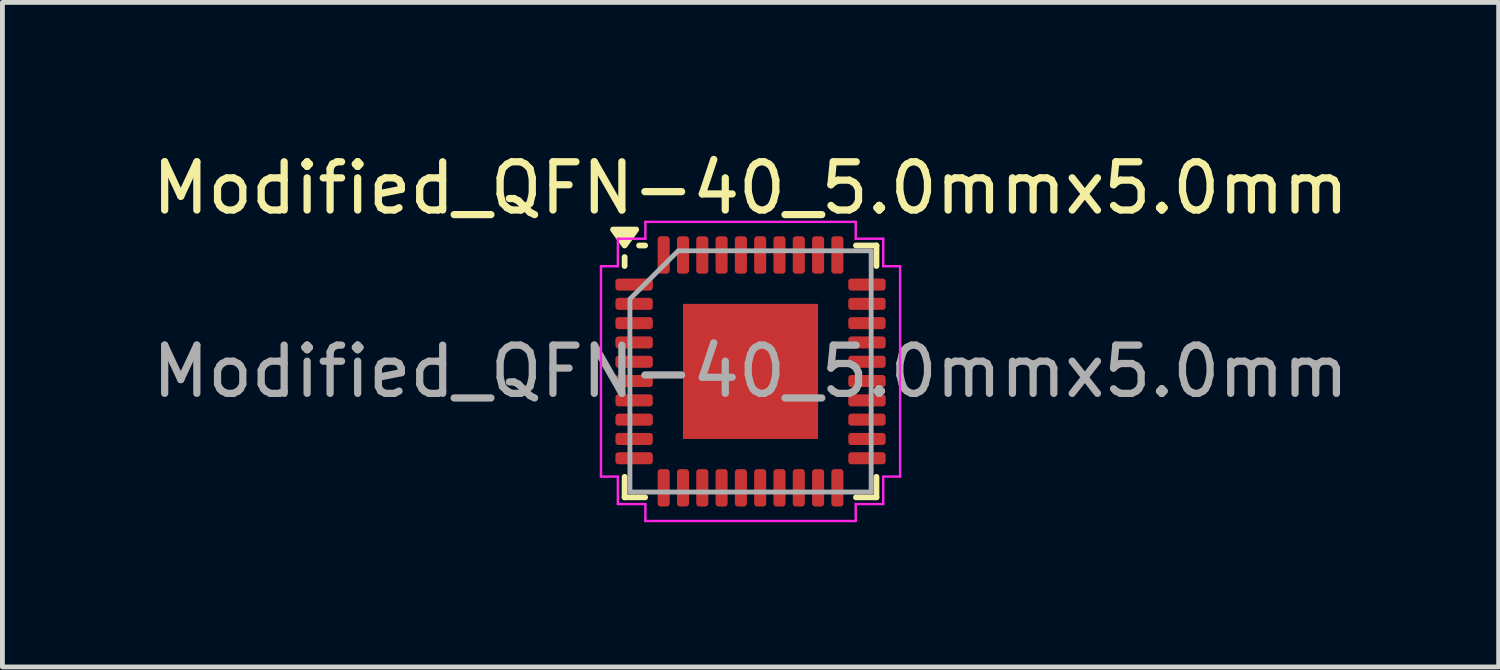
<source format=kicad_pcb>
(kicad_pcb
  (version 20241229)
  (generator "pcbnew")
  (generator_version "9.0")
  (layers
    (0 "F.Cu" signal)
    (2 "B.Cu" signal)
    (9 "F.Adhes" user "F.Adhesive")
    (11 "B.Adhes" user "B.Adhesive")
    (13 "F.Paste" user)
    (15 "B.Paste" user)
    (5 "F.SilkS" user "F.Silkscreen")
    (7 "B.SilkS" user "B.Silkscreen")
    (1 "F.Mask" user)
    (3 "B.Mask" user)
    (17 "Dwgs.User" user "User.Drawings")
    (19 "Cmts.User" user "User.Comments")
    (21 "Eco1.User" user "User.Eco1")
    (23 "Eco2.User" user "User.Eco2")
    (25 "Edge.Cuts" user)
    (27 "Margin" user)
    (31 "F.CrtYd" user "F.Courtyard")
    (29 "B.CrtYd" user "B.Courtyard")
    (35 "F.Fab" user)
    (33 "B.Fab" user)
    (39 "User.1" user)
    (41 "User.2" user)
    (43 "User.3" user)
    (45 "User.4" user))
  (footprint "Modified_QFN-40_5.0mmx5.0mm"
    (layer "F.Cu")
    (at 12.506 4.648)
    (property "Reference" "Modified_QFN-40_5.0mmx5.0mm" (at 0 -3.8 0) (layer "F.SilkS") (effects (font (size 1 1) (thickness 0.15))))
    (attr smd)
    (fp_line (start -2.61 -2.185) (end -2.61 -2.37) (stroke (width 0.12) (type solid)) (layer "F.SilkS"))
    (fp_line (start -2.61 2.61) (end -2.61 2.185) (stroke (width 0.12) (type solid)) (layer "F.SilkS"))
    (fp_line (start -2.185 -2.61) (end -2.31 -2.61) (stroke (width 0.12) (type solid)) (layer "F.SilkS"))
    (fp_line (start -2.185 2.61) (end -2.61 2.61) (stroke (width 0.12) (type solid)) (layer "F.SilkS"))
    (fp_line (start 2.185 -2.61) (end 2.61 -2.61) (stroke (width 0.12) (type solid)) (layer "F.SilkS"))
    (fp_line (start 2.185 2.61) (end 2.61 2.61) (stroke (width 0.12) (type solid)) (layer "F.SilkS"))
    (fp_line (start 2.61 -2.61) (end 2.61 -2.185) (stroke (width 0.12) (type solid)) (layer "F.SilkS"))
    (fp_line (start 2.61 2.61) (end 2.61 2.185) (stroke (width 0.12) (type solid)) (layer "F.SilkS"))
    (fp_poly (pts (xy -2.61 -2.61) (xy -2.85 -2.94) (xy -2.37 -2.94)) (stroke (width 0.12) (type solid)) (fill yes) (layer "F.SilkS"))
    (fp_line (start -3.1 -2.18) (end -2.75 -2.18) (stroke (width 0.05) (type solid)) (layer "F.CrtYd"))
    (fp_line (start -3.1 2.18) (end -3.1 -2.18) (stroke (width 0.05) (type solid)) (layer "F.CrtYd"))
    (fp_line (start -2.75 -2.75) (end -2.18 -2.75) (stroke (width 0.05) (type solid)) (layer "F.CrtYd"))
    (fp_line (start -2.75 -2.18) (end -2.75 -2.75) (stroke (width 0.05) (type solid)) (layer "F.CrtYd"))
    (fp_line (start -2.75 2.18) (end -3.1 2.18) (stroke (width 0.05) (type solid)) (layer "F.CrtYd"))
    (fp_line (start -2.75 2.75) (end -2.75 2.18) (stroke (width 0.05) (type solid)) (layer "F.CrtYd"))
    (fp_line (start -2.18 -3.1) (end 2.18 -3.1) (stroke (width 0.05) (type solid)) (layer "F.CrtYd"))
    (fp_line (start -2.18 -2.75) (end -2.18 -3.1) (stroke (width 0.05) (type solid)) (layer "F.CrtYd"))
    (fp_line (start -2.18 2.75) (end -2.75 2.75) (stroke (width 0.05) (type solid)) (layer "F.CrtYd"))
    (fp_line (start -2.18 3.1) (end -2.18 2.75) (stroke (width 0.05) (type solid)) (layer "F.CrtYd"))
    (fp_line (start 2.18 -3.1) (end 2.18 -2.75) (stroke (width 0.05) (type solid)) (layer "F.CrtYd"))
    (fp_line (start 2.18 -2.75) (end 2.75 -2.75) (stroke (width 0.05) (type solid)) (layer "F.CrtYd"))
    (fp_line (start 2.18 2.75) (end 2.18 3.1) (stroke (width 0.05) (type solid)) (layer "F.CrtYd"))
    (fp_line (start 2.18 3.1) (end -2.18 3.1) (stroke (width 0.05) (type solid)) (layer "F.CrtYd"))
    (fp_line (start 2.75 -2.75) (end 2.75 -2.18) (stroke (width 0.05) (type solid)) (layer "F.CrtYd"))
    (fp_line (start 2.75 -2.18) (end 3.1 -2.18) (stroke (width 0.05) (type solid)) (layer "F.CrtYd"))
    (fp_line (start 2.75 2.18) (end 2.75 2.75) (stroke (width 0.05) (type solid)) (layer "F.CrtYd"))
    (fp_line (start 2.75 2.75) (end 2.18 2.75) (stroke (width 0.05) (type solid)) (layer "F.CrtYd"))
    (fp_line (start 3.1 -2.18) (end 3.1 2.18) (stroke (width 0.05) (type solid)) (layer "F.CrtYd"))
    (fp_line (start 3.1 2.18) (end 2.75 2.18) (stroke (width 0.05) (type solid)) (layer "F.CrtYd"))
    (fp_poly (pts (xy -2.5 -1.5) (xy -2.5 2.5) (xy 2.5 2.5) (xy 2.5 -2.5) (xy -1.5 -2.5)) (stroke (width 0.1) (type solid)) (fill no) (layer "F.Fab"))
    (fp_text user "${REFERENCE}" (at 0 0 0) (layer "F.Fab") (effects (font (size 1 1) (thickness 0.15))))
    (pad "" smd roundrect (at -0.9 -0.9) (size 0.785 0.8) (layers "F.Paste") (roundrect_rratio 0.25))
    (pad "" smd roundrect (at -0.9 0) (size 0.785 0.8) (layers "F.Paste") (roundrect_rratio 0.25))
    (pad "" smd roundrect (at -0.892 0.892) (size 0.785 0.785) (layers "F.Paste") (roundrect_rratio 0.25))
    (pad "" smd roundrect (at 0 -0.9) (size 0.785 0.8) (layers "F.Paste") (roundrect_rratio 0.25))
    (pad "" smd roundrect (at 0 0) (size 0.785 0.8) (layers "F.Paste") (roundrect_rratio 0.25))
    (pad "" smd roundrect (at 0 0.885) (size 0.785 0.8) (layers "F.Paste") (roundrect_rratio 0.25))
    (pad "" smd roundrect (at 0.885 0.885) (size 0.8 0.8) (layers "F.Paste") (roundrect_rratio 0.25))
    (pad "" smd roundrect (at 0.9 -0.9) (size 0.785 0.8) (layers "F.Paste") (roundrect_rratio 0.25))
    (pad "" smd roundrect (at 0.9 0) (size 0.785 0.8) (layers "F.Paste") (roundrect_rratio 0.25))
    (pad "1" smd roundrect (at -2.413 -1.8) (size 0.775 0.25) (layers "F.Cu" "F.Mask" "F.Paste") (roundrect_rratio 0.25))
    (pad "2" smd roundrect (at -2.413 -1.4) (size 0.775 0.25) (layers "F.Cu" "F.Mask" "F.Paste") (roundrect_rratio 0.25))
    (pad "3" smd roundrect (at -2.413 -1) (size 0.775 0.25) (layers "F.Cu" "F.Mask" "F.Paste") (roundrect_rratio 0.25))
    (pad "4" smd roundrect (at -2.413 -0.6) (size 0.775 0.25) (layers "F.Cu" "F.Mask" "F.Paste") (roundrect_rratio 0.25))
    (pad "5" smd roundrect (at -2.413 -0.2) (size 0.775 0.25) (layers "F.Cu" "F.Mask" "F.Paste") (roundrect_rratio 0.25))
    (pad "6" smd roundrect (at -2.413 0.2) (size 0.775 0.25) (layers "F.Cu" "F.Mask" "F.Paste") (roundrect_rratio 0.25))
    (pad "7" smd roundrect (at -2.413 0.6) (size 0.775 0.25) (layers "F.Cu" "F.Mask" "F.Paste") (roundrect_rratio 0.25))
    (pad "8" smd roundrect (at -2.413 1) (size 0.775 0.25) (layers "F.Cu" "F.Mask" "F.Paste") (roundrect_rratio 0.25))
    (pad "9" smd roundrect (at -2.413 1.4) (size 0.775 0.25) (layers "F.Cu" "F.Mask" "F.Paste") (roundrect_rratio 0.25))
    (pad "10" smd roundrect (at -2.413 1.8) (size 0.775 0.25) (layers "F.Cu" "F.Mask" "F.Paste") (roundrect_rratio 0.25))
    (pad "11" smd roundrect (at -1.8 2.413) (size 0.25 0.775) (layers "F.Cu" "F.Mask" "F.Paste") (roundrect_rratio 0.25))
    (pad "12" smd roundrect (at -1.4 2.413) (size 0.25 0.775) (layers "F.Cu" "F.Mask" "F.Paste") (roundrect_rratio 0.25))
    (pad "13" smd roundrect (at -1 2.413) (size 0.25 0.775) (layers "F.Cu" "F.Mask" "F.Paste") (roundrect_rratio 0.25))
    (pad "14" smd roundrect (at -0.6 2.413) (size 0.25 0.775) (layers "F.Cu" "F.Mask" "F.Paste") (roundrect_rratio 0.25))
    (pad "15" smd roundrect (at -0.2 2.413) (size 0.25 0.775) (layers "F.Cu" "F.Mask" "F.Paste") (roundrect_rratio 0.25))
    (pad "16" smd roundrect (at 0.2 2.413) (size 0.25 0.775) (layers "F.Cu" "F.Mask" "F.Paste") (roundrect_rratio 0.25))
    (pad "17" smd roundrect (at 0.6 2.413) (size 0.25 0.775) (layers "F.Cu" "F.Mask" "F.Paste") (roundrect_rratio 0.25))
    (pad "18" smd roundrect (at 1 2.413) (size 0.25 0.775) (layers "F.Cu" "F.Mask" "F.Paste") (roundrect_rratio 0.25))
    (pad "19" smd roundrect (at 1.4 2.413) (size 0.25 0.775) (layers "F.Cu" "F.Mask" "F.Paste") (roundrect_rratio 0.25))
    (pad "20" smd roundrect (at 1.8 2.413) (size 0.25 0.775) (layers "F.Cu" "F.Mask" "F.Paste") (roundrect_rratio 0.25))
    (pad "21" smd roundrect (at 2.413 1.8) (size 0.775 0.25) (layers "F.Cu" "F.Mask" "F.Paste") (roundrect_rratio 0.25))
    (pad "22" smd roundrect (at 2.413 1.4) (size 0.775 0.25) (layers "F.Cu" "F.Mask" "F.Paste") (roundrect_rratio 0.25))
    (pad "23" smd roundrect (at 2.413 1) (size 0.775 0.25) (layers "F.Cu" "F.Mask" "F.Paste") (roundrect_rratio 0.25))
    (pad "24" smd roundrect (at 2.413 0.6) (size 0.775 0.25) (layers "F.Cu" "F.Mask" "F.Paste") (roundrect_rratio 0.25))
    (pad "25" smd roundrect (at 2.413 0.2) (size 0.775 0.25) (layers "F.Cu" "F.Mask" "F.Paste") (roundrect_rratio 0.25))
    (pad "26" smd roundrect (at 2.413 -0.2) (size 0.775 0.25) (layers "F.Cu" "F.Mask" "F.Paste") (roundrect_rratio 0.25))
    (pad "27" smd roundrect (at 2.413 -0.6) (size 0.775 0.25) (layers "F.Cu" "F.Mask" "F.Paste") (roundrect_rratio 0.25))
    (pad "28" smd roundrect (at 2.413 -1) (size 0.775 0.25) (layers "F.Cu" "F.Mask" "F.Paste") (roundrect_rratio 0.25))
    (pad "29" smd roundrect (at 2.413 -1.4) (size 0.775 0.25) (layers "F.Cu" "F.Mask" "F.Paste") (roundrect_rratio 0.25))
    (pad "30" smd roundrect (at 2.413 -1.8) (size 0.775 0.25) (layers "F.Cu" "F.Mask" "F.Paste") (roundrect_rratio 0.25))
    (pad "31" smd roundrect (at 1.8 -2.413) (size 0.25 0.775) (layers "F.Cu" "F.Mask" "F.Paste") (roundrect_rratio 0.25))
    (pad "32" smd roundrect (at 1.4 -2.413) (size 0.25 0.775) (layers "F.Cu" "F.Mask" "F.Paste") (roundrect_rratio 0.25))
    (pad "33" smd roundrect (at 1 -2.413) (size 0.25 0.775) (layers "F.Cu" "F.Mask" "F.Paste") (roundrect_rratio 0.25))
    (pad "34" smd roundrect (at 0.6 -2.413) (size 0.25 0.775) (layers "F.Cu" "F.Mask" "F.Paste") (roundrect_rratio 0.25))
    (pad "35" smd roundrect (at 0.2 -2.413) (size 0.25 0.775) (layers "F.Cu" "F.Mask" "F.Paste") (roundrect_rratio 0.25))
    (pad "36" smd roundrect (at -0.2 -2.413) (size 0.25 0.775) (layers "F.Cu" "F.Mask" "F.Paste") (roundrect_rratio 0.25))
    (pad "37" smd roundrect (at -0.6 -2.413) (size 0.25 0.775) (layers "F.Cu" "F.Mask" "F.Paste") (roundrect_rratio 0.25))
    (pad "38" smd roundrect (at -1 -2.413) (size 0.25 0.775) (layers "F.Cu" "F.Mask" "F.Paste") (roundrect_rratio 0.25))
    (pad "39" smd roundrect (at -1.4 -2.413) (size 0.25 0.775) (layers "F.Cu" "F.Mask" "F.Paste") (roundrect_rratio 0.25))
    (pad "40" smd roundrect (at -1.8 -2.413) (size 0.25 0.775) (layers "F.Cu" "F.Mask" "F.Paste") (roundrect_rratio 0.25))
    (pad "41" smd rect (at 0 0) (size 2.8 2.8) (property pad_prop_heatsink) (layers "F.Cu" "F.Mask")))
  (gr_rect
    (start -3 -3)
    (end 28.012 10.773)
    (stroke (width 0.1) (type default))
    (fill no)
    (layer "Edge.Cuts")))
</source>
